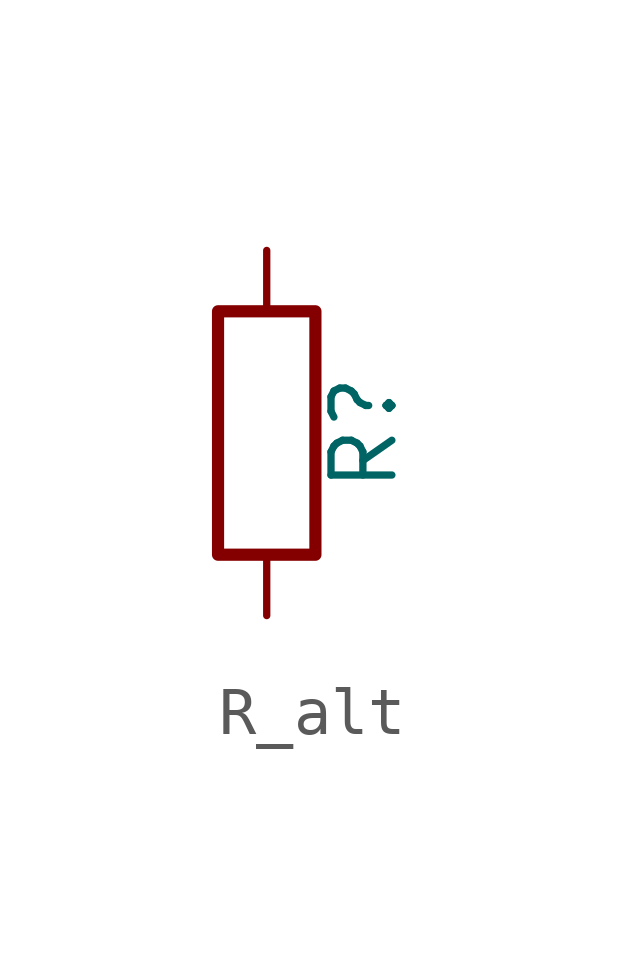
<source format=kicad_sym>
(kicad_symbol_lib
  (version 20220914)
  (generator kicad_symbol_editor)
  (symbol "R_alt"
    (pin_numbers hide)
    (pin_names
      (offset 0))
    (property "Reference" "R"
      (at 2.032 0 90)
      (effects (font (size 1.27 1.27))))
    (symbol "R_alt_0_1"
      (rectangle (start -1.016 -2.54) (end 1.016 2.54) (stroke (width 0.254) (type default)) (fill (type none))))
    (symbol "R_alt_1_1"
      (pin passive line (at 0 3.81 270) (length 1.27) (name "~" (effects (font (size 1.27 1.27)))) (number "1" (effects (font (size 1.27 1.27)))))
      (pin passive line (at 0 -3.81 90) (length 1.27) (name "~" (effects (font (size 1.27 1.27)))) (number "2" (effects (font (size 1.27 1.27))))))))
</source>
